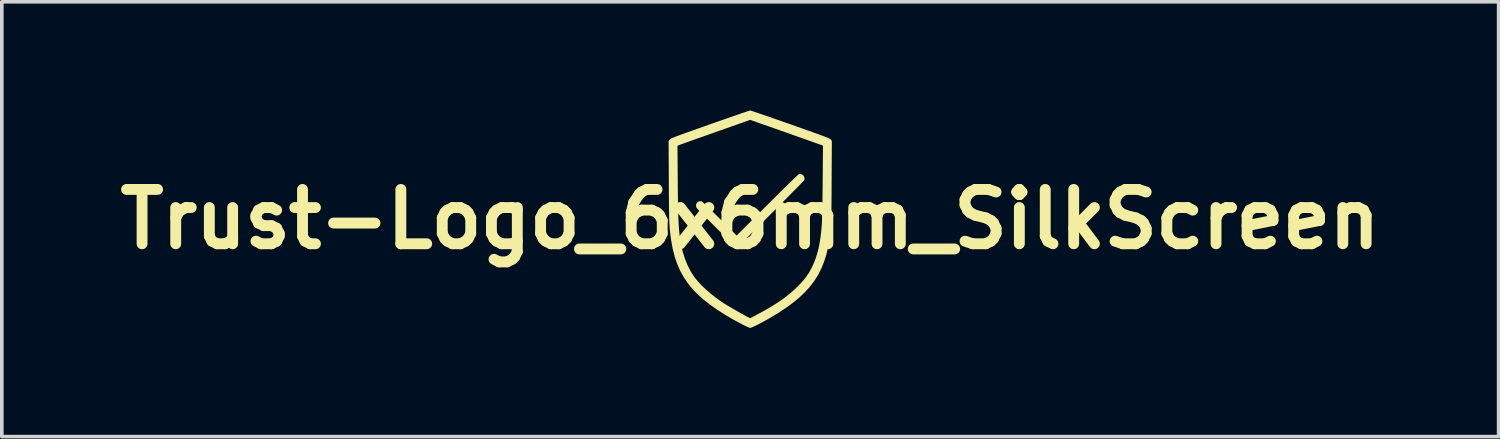
<source format=kicad_pcb>
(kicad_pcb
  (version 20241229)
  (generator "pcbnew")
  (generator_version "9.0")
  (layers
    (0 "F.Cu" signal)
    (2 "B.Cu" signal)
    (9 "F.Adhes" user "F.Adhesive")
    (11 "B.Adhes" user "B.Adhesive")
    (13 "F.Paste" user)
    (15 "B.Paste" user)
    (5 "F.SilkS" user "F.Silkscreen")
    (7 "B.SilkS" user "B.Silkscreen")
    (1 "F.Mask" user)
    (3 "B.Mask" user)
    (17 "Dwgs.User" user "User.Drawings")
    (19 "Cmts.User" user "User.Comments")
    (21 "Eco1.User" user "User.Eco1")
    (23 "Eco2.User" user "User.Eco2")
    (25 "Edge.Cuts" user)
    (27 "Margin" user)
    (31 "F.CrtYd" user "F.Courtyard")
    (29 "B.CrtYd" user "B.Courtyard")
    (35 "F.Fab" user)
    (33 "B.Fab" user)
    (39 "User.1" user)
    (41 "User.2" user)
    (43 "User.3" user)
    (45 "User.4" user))
  (footprint "Trust-Logo_6x6mm_SilkScreen"
    (layer "F.Cu")
    (at 17.657 3)
    (property "Reference" "Trust-Logo_6x6mm_SilkScreen" (at 0 0 0) (layer "F.SilkS") (effects (font (size 1.5 1.5) (thickness 0.3))))
    (attr board_only exclude_from_pos_files exclude_from_bom)
    (fp_poly (pts (xy 1.394 -1.247) (xy 1.438 -1.229) (xy 1.473 -1.199) (xy 1.482 -1.185) (xy 1.498 -1.138) (xy 1.495 -1.095) (xy 1.483 -1.069) (xy 1.473 -1.056) (xy 1.447 -1.029) (xy 1.407 -0.987) (xy 1.355 -0.933) (xy 1.291 -0.868) (xy 1.217 -0.793) (xy 1.134 -0.709) (xy 1.044 -0.619) (xy 0.948 -0.522) (xy 0.848 -0.421) (xy 0.744 -0.317) (xy 0.637 -0.21) (xy 0.531 -0.104) (xy 0.424 0.002) (xy 0.32 0.106) (xy 0.219 0.207) (xy 0.123 0.302) (xy 0.032 0.392) (xy -0.051 0.474) (xy -0.126 0.547) (xy -0.191 0.611) (xy -0.244 0.663) (xy -0.285 0.702) (xy -0.313 0.727) (xy -0.324 0.737) (xy -0.371 0.749) (xy -0.418 0.741) (xy -0.428 0.737) (xy -0.442 0.725) (xy -0.47 0.699) (xy -0.511 0.66) (xy -0.564 0.609) (xy -0.625 0.549) (xy -0.695 0.481) (xy -0.77 0.406) (xy -0.849 0.328) (xy -0.931 0.246) (xy -1.013 0.164) (xy -1.094 0.083) (xy -1.171 0.005) (xy -1.245 -0.069) (xy -1.311 -0.137) (xy -1.369 -0.197) (xy -1.417 -0.246) (xy -1.454 -0.285) (xy -1.476 -0.31) (xy -1.484 -0.319) (xy -1.499 -0.366) (xy -1.492 -0.412) (xy -1.478 -0.441) (xy -1.444 -0.477) (xy -1.4 -0.496) (xy -1.354 -0.496) (xy -1.341 -0.492) (xy -1.326 -0.482) (xy -1.296 -0.456) (xy -1.253 -0.416) (xy -1.198 -0.364) (xy -1.133 -0.301) (xy -1.059 -0.229) (xy -0.977 -0.149) (xy -0.889 -0.062) (xy -0.841 -0.014) (xy -0.375 0.451) (xy 0.472 -0.394) (xy 0.629 -0.551) (xy 0.77 -0.691) (xy 0.895 -0.815) (xy 1.004 -0.922) (xy 1.098 -1.014) (xy 1.177 -1.09) (xy 1.241 -1.151) (xy 1.29 -1.197) (xy 1.325 -1.228) (xy 1.345 -1.244) (xy 1.351 -1.247)) (stroke (width 0) (type solid)) (fill yes) (layer "F.SilkS"))
    (fp_poly (pts (xy 0.015 -2.997) (xy 0.051 -2.985) (xy 0.105 -2.967) (xy 0.177 -2.943) (xy 0.265 -2.913) (xy 0.367 -2.878) (xy 0.482 -2.839) (xy 0.608 -2.795) (xy 0.744 -2.747) (xy 0.888 -2.697) (xy 1.039 -2.644) (xy 1.108 -2.62) (xy 1.288 -2.556) (xy 1.447 -2.5) (xy 1.587 -2.45) (xy 1.709 -2.407) (xy 1.814 -2.369) (xy 1.903 -2.337) (xy 1.978 -2.309) (xy 2.04 -2.286) (xy 2.09 -2.267) (xy 2.13 -2.251) (xy 2.16 -2.237) (xy 2.183 -2.226) (xy 2.2 -2.217) (xy 2.211 -2.21) (xy 2.219 -2.203) (xy 2.219 -2.202) (xy 2.253 -2.166) (xy 2.247 -1.056) (xy 2.246 -0.857) (xy 2.245 -0.68) (xy 2.244 -0.522) (xy 2.243 -0.382) (xy 2.241 -0.259) (xy 2.239 -0.15) (xy 2.237 -0.054) (xy 2.234 0.031) (xy 2.231 0.107) (xy 2.227 0.176) (xy 2.223 0.239) (xy 2.218 0.298) (xy 2.212 0.355) (xy 2.206 0.411) (xy 2.198 0.47) (xy 2.19 0.531) (xy 2.187 0.551) (xy 2.149 0.773) (xy 2.1 0.981) (xy 2.038 1.177) (xy 1.963 1.361) (xy 1.874 1.536) (xy 1.77 1.702) (xy 1.649 1.861) (xy 1.511 2.014) (xy 1.354 2.163) (xy 1.178 2.308) (xy 0.982 2.451) (xy 0.765 2.594) (xy 0.525 2.737) (xy 0.52 2.74) (xy 0.422 2.795) (xy 0.328 2.847) (xy 0.241 2.893) (xy 0.164 2.932) (xy 0.099 2.963) (xy 0.047 2.986) (xy 0.012 2.998) (xy 0 3.001) (xy -0.022 2.995) (xy -0.059 2.981) (xy -0.109 2.959) (xy -0.165 2.932) (xy -0.195 2.917) (xy -0.455 2.777) (xy -0.696 2.636) (xy -0.917 2.495) (xy -1.117 2.353) (xy -1.296 2.212) (xy -1.454 2.072) (xy -1.575 1.947) (xy -1.711 1.783) (xy -1.83 1.611) (xy -1.931 1.428) (xy -2.017 1.232) (xy -2.088 1.023) (xy -2.144 0.797) (xy -2.187 0.554) (xy -2.187 0.551) (xy -2.196 0.488) (xy -2.204 0.429) (xy -2.21 0.372) (xy -2.216 0.315) (xy -2.222 0.257) (xy -2.226 0.196) (xy -2.23 0.129) (xy -2.233 0.056) (xy -2.236 -0.026) (xy -2.239 -0.119) (xy -2.24 -0.224) (xy -2.242 -0.342) (xy -2.243 -0.477) (xy -2.245 -0.629) (xy -2.246 -0.8) (xy -2.247 -0.993) (xy -2.247 -1.056) (xy -2.252 -2.027) (xy -2.008 -2.027) (xy -2 -1.058) (xy -1.999 -0.841) (xy -1.996 -0.646) (xy -1.994 -0.471) (xy -1.991 -0.315) (xy -1.988 -0.174) (xy -1.984 -0.048) (xy -1.979 0.065) (xy -1.973 0.167) (xy -1.967 0.26) (xy -1.959 0.345) (xy -1.951 0.425) (xy -1.941 0.501) (xy -1.93 0.575) (xy -1.918 0.648) (xy -1.905 0.715) (xy -1.861 0.907) (xy -1.801 1.094) (xy -1.729 1.271) (xy -1.646 1.434) (xy -1.554 1.58) (xy -1.539 1.601) (xy -1.449 1.712) (xy -1.341 1.828) (xy -1.217 1.946) (xy -1.082 2.062) (xy -0.938 2.175) (xy -0.79 2.28) (xy -0.742 2.312) (xy -0.693 2.343) (xy -0.633 2.379) (xy -0.564 2.42) (xy -0.489 2.464) (xy -0.411 2.51) (xy -0.332 2.554) (xy -0.256 2.598) (xy -0.184 2.637) (xy -0.121 2.672) (xy -0.068 2.7) (xy -0.028 2.72) (xy -0.005 2.73) (xy -0.001 2.731) (xy 0.011 2.726) (xy 0.039 2.712) (xy 0.08 2.69) (xy 0.131 2.664) (xy 0.151 2.653) (xy 0.353 2.544) (xy 0.535 2.44) (xy 0.699 2.34) (xy 0.847 2.241) (xy 0.982 2.143) (xy 1.105 2.044) (xy 1.22 1.943) (xy 1.296 1.87) (xy 1.395 1.768) (xy 1.478 1.675) (xy 1.548 1.585) (xy 1.609 1.496) (xy 1.664 1.401) (xy 1.686 1.36) (xy 1.748 1.231) (xy 1.801 1.098) (xy 1.846 0.959) (xy 1.885 0.812) (xy 1.916 0.652) (xy 1.943 0.478) (xy 1.964 0.285) (xy 1.976 0.141) (xy 1.98 0.076) (xy 1.983 -0.008) (xy 1.987 -0.111) (xy 1.99 -0.235) (xy 1.993 -0.379) (xy 1.995 -0.545) (xy 1.997 -0.733) (xy 1.999 -0.944) (xy 2 -1.058) (xy 2.008 -2.027) (xy 1.967 -2.045) (xy 1.95 -2.051) (xy 1.912 -2.065) (xy 1.856 -2.085) (xy 1.783 -2.111) (xy 1.694 -2.143) (xy 1.592 -2.179) (xy 1.477 -2.22) (xy 1.352 -2.264) (xy 1.219 -2.311) (xy 1.078 -2.361) (xy 0.963 -2.402) (xy 0 -2.741) (xy -0.963 -2.402) (xy -1.108 -2.35) (xy -1.247 -2.301) (xy -1.379 -2.254) (xy -1.502 -2.211) (xy -1.614 -2.171) (xy -1.714 -2.136) (xy -1.799 -2.105) (xy -1.869 -2.08) (xy -1.922 -2.061) (xy -1.955 -2.049) (xy -1.967 -2.045) (xy -2.008 -2.027) (xy -2.252 -2.027) (xy -2.253 -2.166) (xy -2.219 -2.202) (xy -2.212 -2.209) (xy -2.201 -2.217) (xy -2.185 -2.226) (xy -2.162 -2.237) (xy -2.132 -2.25) (xy -2.093 -2.265) (xy -2.043 -2.285) (xy -1.982 -2.308) (xy -1.908 -2.335) (xy -1.82 -2.367) (xy -1.716 -2.404) (xy -1.595 -2.447) (xy -1.457 -2.496) (xy -1.298 -2.552) (xy -1.12 -2.616) (xy -1.108 -2.62) (xy -0.955 -2.674) (xy -0.807 -2.725) (xy -0.668 -2.774) (xy -0.537 -2.82) (xy -0.417 -2.861) (xy -0.309 -2.898) (xy -0.214 -2.931) (xy -0.135 -2.957) (xy -0.073 -2.978) (xy -0.028 -2.992) (xy -0.004 -3) (xy 0 -3)) (stroke (width 0) (type solid)) (fill yes) (layer "F.SilkS")))
  (gr_rect
    (start -3 -3)
    (end 38.314 9.001)
    (stroke (width 0.1) (type default))
    (fill no)
    (layer "Edge.Cuts")))
</source>
